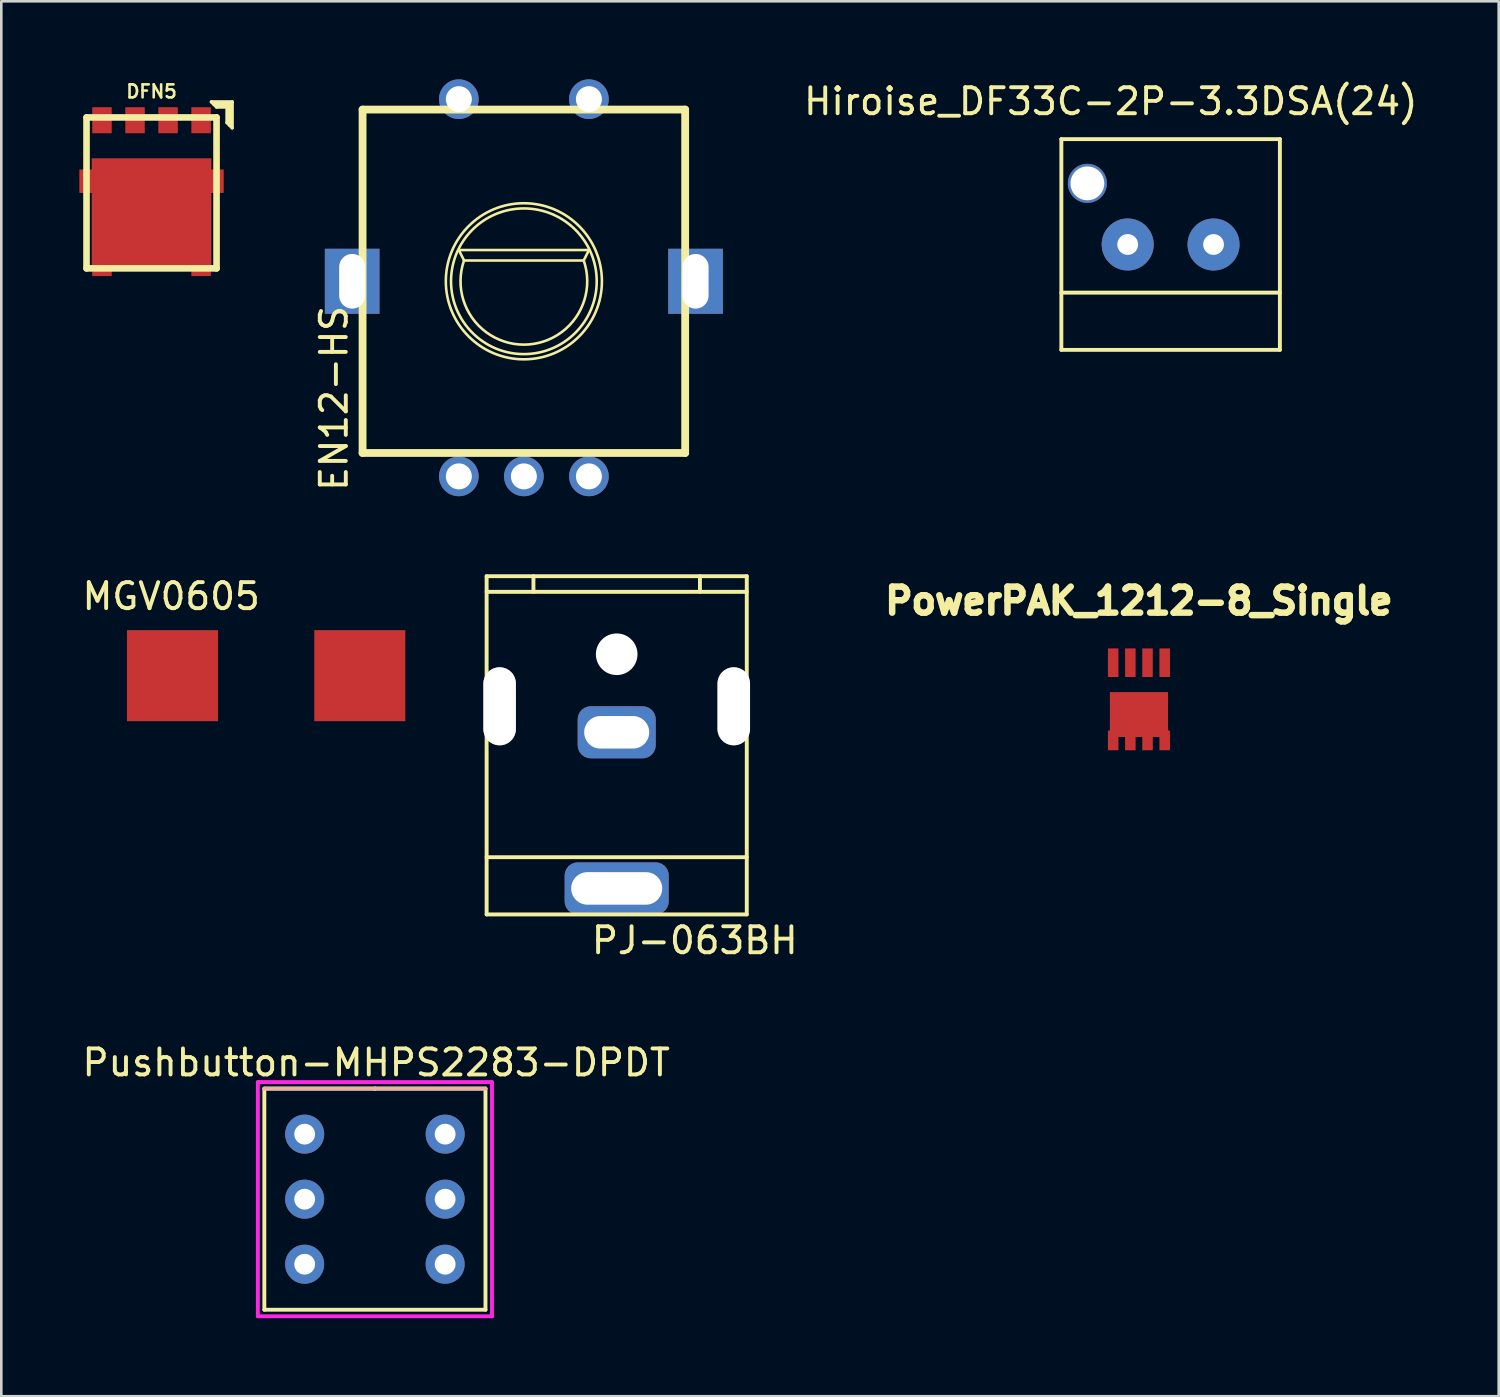
<source format=kicad_pcb>
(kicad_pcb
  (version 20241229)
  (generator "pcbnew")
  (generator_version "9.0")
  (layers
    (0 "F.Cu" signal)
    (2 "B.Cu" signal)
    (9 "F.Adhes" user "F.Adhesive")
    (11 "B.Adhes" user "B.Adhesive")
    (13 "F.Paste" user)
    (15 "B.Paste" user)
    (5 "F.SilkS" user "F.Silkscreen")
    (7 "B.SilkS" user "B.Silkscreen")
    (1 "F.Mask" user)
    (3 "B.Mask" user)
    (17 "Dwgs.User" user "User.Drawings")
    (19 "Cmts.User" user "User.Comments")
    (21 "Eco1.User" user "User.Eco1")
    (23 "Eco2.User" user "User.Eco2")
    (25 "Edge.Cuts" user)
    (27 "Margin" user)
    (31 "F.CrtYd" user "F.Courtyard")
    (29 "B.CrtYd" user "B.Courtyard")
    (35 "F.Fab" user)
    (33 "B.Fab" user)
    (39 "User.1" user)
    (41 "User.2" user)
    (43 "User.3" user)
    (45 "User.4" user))
  (footprint "PowerPAK_1212-8_Single"
    (placed yes)
    (layer "F.Cu")
    (at 40.729 23.859)
    (property "Reference" "PowerPAK_1212-8_Single" (at 0 -3.81 0) (layer "F.SilkS") (effects (font (size 1.001 1.001) (thickness 0.25))))
    (attr through_hole)
    (pad "" smd rect (at 0 0.557 270) (size 1.725 2.235) (layers "F.Cu" "F.Mask" "F.Paste"))
    (pad "1" smd rect (at 0.99 -1.435 270) (size 1.1 0.404) (layers "F.Cu" "F.Mask" "F.Paste"))
    (pad "2" smd rect (at 0.33 -1.435 270) (size 1.1 0.404) (layers "F.Cu" "F.Mask" "F.Paste"))
    (pad "3" smd rect (at -0.33 -1.435 270) (size 1.1 0.404) (layers "F.Cu" "F.Mask" "F.Paste"))
    (pad "4" smd rect (at -0.99 -1.435 270) (size 1.1 0.404) (layers "F.Cu" "F.Mask" "F.Paste"))
    (pad "5" smd rect (at -0.99 1.55 270) (size 0.76 0.405) (layers "F.Cu" "F.Mask" "F.Paste"))
    (pad "6" smd rect (at -0.33 1.55 270) (size 0.76 0.404) (layers "F.Cu" "F.Mask" "F.Paste"))
    (pad "7" smd rect (at 0.33 1.55 270) (size 0.76 0.405) (layers "F.Cu" "F.Mask" "F.Paste"))
    (pad "8" smd rect (at 0.99 1.55 270) (size 0.76 0.405) (layers "F.Cu" "F.Mask" "F.Paste")))
  (footprint "EN12-HS"
    (layer "F.Cu")
    (at 17.087 7.762)
    (property "Reference" "EN12-HS" (at -7.3 4.5 90) (layer "F.SilkS") (effects (font (size 1 1) (thickness 0.15))))
    (attr through_hole)
    (fp_line (start -6.2 -6.6) (end 6.2 -6.6) (stroke (width 0.3) (type solid)) (layer "F.SilkS"))
    (fp_line (start -6.2 6.6) (end -6.2 -6.6) (stroke (width 0.3) (type solid)) (layer "F.SilkS"))
    (fp_line (start -2.5 -1.2) (end 2.5 -1.2) (stroke (width 0.1) (type solid)) (layer "F.SilkS"))
    (fp_line (start -2.3 -0.8) (end -2.5 -1.2) (stroke (width 0.1) (type solid)) (layer "F.SilkS"))
    (fp_line (start 2.3 -0.8) (end -2.3 -0.8) (stroke (width 0.1) (type solid)) (layer "F.SilkS"))
    (fp_line (start 2.5 -1.2) (end 2.3 -0.8) (stroke (width 0.1) (type solid)) (layer "F.SilkS"))
    (fp_line (start 6.2 -6.6) (end 6.2 6.6) (stroke (width 0.3) (type solid)) (layer "F.SilkS"))
    (fp_line (start 6.2 6.6) (end -6.2 6.6) (stroke (width 0.3) (type solid)) (layer "F.SilkS"))
    (fp_arc (start 2.3 -0.799999) (mid 0 2.435159) (end -2.3 -0.8) (stroke (width 0.1) (type solid)) (layer "F.SilkS"))
    (fp_circle (center 0 0) (end 2.8 0) (stroke (width 0.1) (type solid)) (fill no) (layer "F.SilkS"))
    (fp_circle (center 0 0) (end 3 0) (stroke (width 0.1) (type solid)) (fill no) (layer "F.SilkS"))
    (pad "" thru_hole rect (at -6.6 0) (size 2.1 2.5) (drill oval 1 2.1) (layers "*.Cu" "*.Mask"))
    (pad "" thru_hole rect (at 6.6 0) (size 2.1 2.5) (drill oval 1 2.1) (layers "*.Cu" "*.Mask"))
    (pad "1" thru_hole circle (at -2.5 7.5) (size 1.524 1.524) (drill 1) (layers "*.Cu" "*.Mask"))
    (pad "2" thru_hole circle (at 0 7.5) (size 1.524 1.524) (drill 1) (layers "*.Cu" "*.Mask"))
    (pad "3" thru_hole circle (at 2.5 7.5) (size 1.524 1.524) (drill 1) (layers "*.Cu" "*.Mask"))
    (pad "4" thru_hole circle (at -2.5 -7) (size 1.524 1.524) (drill 1) (layers "*.Cu" "*.Mask"))
    (pad "5" thru_hole circle (at 2.5 -7) (size 1.524 1.524) (drill 1) (layers "*.Cu" "*.Mask")))
  (footprint "PJ-063BH"
    (layer "F.Cu")
    (at 20.655 22.099)
    (property "Reference" "PJ-063BH" (at 3 11 0) (layer "F.SilkS") (effects (font (size 1 1) (thickness 0.15))))
    (attr through_hole)
    (fp_line (start -5 -3) (end 5 -3) (stroke (width 0.15) (type solid)) (layer "F.SilkS"))
    (fp_line (start -5 -2.4) (end 5 -2.4) (stroke (width 0.15) (type solid)) (layer "F.SilkS"))
    (fp_line (start -5 7.8) (end 5 7.8) (stroke (width 0.15) (type solid)) (layer "F.SilkS"))
    (fp_line (start -5 10) (end -5 -3) (stroke (width 0.15) (type solid)) (layer "F.SilkS"))
    (fp_line (start -3.2 -3) (end -3.2 -2.4) (stroke (width 0.15) (type solid)) (layer "F.SilkS"))
    (fp_line (start 3.2 -3) (end 3.2 -2.4) (stroke (width 0.15) (type solid)) (layer "F.SilkS"))
    (fp_line (start 5 -3) (end 5 10) (stroke (width 0.15) (type solid)) (layer "F.SilkS"))
    (fp_line (start 5 10) (end -5 10) (stroke (width 0.15) (type solid)) (layer "F.SilkS"))
    (pad "" np_thru_hole roundrect (at -4.5 2 90) (size 3 1.25) (drill oval 3 1.25) (layers "*.Cu" "*.Mask") (roundrect_rratio 0.5))
    (pad "" np_thru_hole circle (at 0 0) (size 1.6 1.6) (drill 1.6) (layers "*.Cu" "*.Mask"))
    (pad "" np_thru_hole roundrect (at 4.5 2 90) (size 3 1.25) (drill oval 3 1.25) (layers "*.Cu" "*.Mask") (roundrect_rratio 0.5))
    (pad "1" thru_hole roundrect (at 0 9) (size 4 2) (drill oval 3.5 1.25) (layers "*.Cu" "*.Mask") (roundrect_rratio 0.25))
    (pad "2" thru_hole roundrect (at 0 3) (size 3 2) (drill oval 2.5 1.25) (layers "*.Cu" "*.Mask") (roundrect_rratio 0.25)))
  (footprint "Pushbutton-MHPS2283-DPDT"
    (layer "F.Cu")
    (at 11.361 43.045)
    (property "Reference" "Pushbutton-MHPS2283-DPDT" (at 0.05 -5.25 0) (layer "F.SilkS") (effects (font (size 1 1) (thickness 0.15))))
    (attr through_hole)
    (fp_line (start -4.25 -4.25) (end 0 -4.25) (stroke (width 0.15) (type solid)) (layer "F.SilkS"))
    (fp_line (start -4.25 4.25) (end -4.25 -4.25) (stroke (width 0.15) (type solid)) (layer "F.SilkS"))
    (fp_line (start 0 -4.25) (end 0 -4.25) (stroke (width 0.15) (type solid)) (layer "F.SilkS"))
    (fp_line (start 0 -4.25) (end 4.25 -4.25) (stroke (width 0.15) (type solid)) (layer "F.SilkS"))
    (fp_line (start 4.25 -4.25) (end 4.25 4.25) (stroke (width 0.15) (type solid)) (layer "F.SilkS"))
    (fp_line (start 4.25 4.25) (end -4.25 4.25) (stroke (width 0.15) (type solid)) (layer "F.SilkS"))
    (fp_line (start -4.25 -4.25) (end 4.25 -4.25) (stroke (width 0.15) (type solid)) (layer "B.SilkS"))
    (fp_line (start -4.5 -4.5) (end -4.5 4.5) (stroke (width 0.15) (type solid)) (layer "F.CrtYd"))
    (fp_line (start -4.5 4.5) (end 4.5 4.5) (stroke (width 0.15) (type solid)) (layer "F.CrtYd"))
    (fp_line (start 4.5 -4.5) (end -4.5 -4.5) (stroke (width 0.15) (type solid)) (layer "F.CrtYd"))
    (fp_line (start 4.5 4.5) (end 4.5 -4.5) (stroke (width 0.15) (type solid)) (layer "F.CrtYd"))
    (fp_line (start 4.5 4.5) (end 4.5 4.5) (stroke (width 0.15) (type solid)) (layer "F.CrtYd"))
    (pad "1" thru_hole circle (at -2.7 -2.5) (size 1.5 1.5) (drill 0.8) (layers "*.Cu" "*.Mask"))
    (pad "2" thru_hole circle (at -2.7 0) (size 1.5 1.5) (drill 0.8) (layers "*.Cu" "*.Mask"))
    (pad "3" thru_hole circle (at -2.7 2.5) (size 1.5 1.5) (drill 0.8) (layers "*.Cu" "*.Mask"))
    (pad "4" thru_hole circle (at 2.7 -2.5) (size 1.5 1.5) (drill 0.8) (layers "*.Cu" "*.Mask"))
    (pad "5" thru_hole circle (at 2.7 0) (size 1.5 1.5) (drill 0.8) (layers "*.Cu" "*.Mask"))
    (pad "6" thru_hole circle (at 2.7 2.5) (size 1.5 1.5) (drill 0.8) (layers "*.Cu" "*.Mask")))
  (footprint "DFN5"
    (layer "F.Cu")
    (at 2.775 4.365)
    (property "Reference" "DFN5" (at 0 -3.899 0) (layer "F.SilkS") (effects (font (size 0.5 0.5) (thickness 0.099))))
    (attr through_hole)
    (fp_line (start -2.499 -2.901) (end 2.499 -2.901) (stroke (width 0.254) (type solid)) (layer "F.SilkS"))
    (fp_line (start -2.499 2.901) (end -2.499 -2.901) (stroke (width 0.254) (type solid)) (layer "F.SilkS"))
    (fp_line (start 2.3 -3.5) (end 3.1 -3.5) (stroke (width 0.127) (type solid)) (layer "F.SilkS"))
    (fp_line (start 2.499 -2.901) (end 2.499 2.901) (stroke (width 0.254) (type solid)) (layer "F.SilkS"))
    (fp_line (start 2.499 2.901) (end -2.499 2.901) (stroke (width 0.254) (type solid)) (layer "F.SilkS"))
    (fp_line (start 2.5 -3.3) (end 2.3 -3.5) (stroke (width 0.127) (type solid)) (layer "F.SilkS"))
    (fp_line (start 2.9 -3.3) (end 2.5 -3.3) (stroke (width 0.127) (type solid)) (layer "F.SilkS"))
    (fp_line (start 2.9 -3.3) (end 2.9 -2.7) (stroke (width 0.127) (type solid)) (layer "F.SilkS"))
    (fp_line (start 2.9 -2.7) (end 3.1 -2.5) (stroke (width 0.127) (type solid)) (layer "F.SilkS"))
    (fp_line (start 3 -3.4) (end 2.4 -3.4) (stroke (width 0.127) (type solid)) (layer "F.SilkS"))
    (fp_line (start 3 -2.6) (end 3 -3.4) (stroke (width 0.127) (type solid)) (layer "F.SilkS"))
    (fp_line (start 3.1 -3.5) (end 3.1 -2.5) (stroke (width 0.127) (type solid)) (layer "F.SilkS"))
    (pad "1" smd rect (at 1.905 -2.794) (size 0.749 1.001) (layers "F.Cu" "F.Mask" "F.Paste"))
    (pad "2" smd rect (at 0.635 -2.794) (size 0.749 1.001) (layers "F.Cu" "F.Mask" "F.Paste"))
    (pad "3" smd rect (at -0.635 -2.794) (size 0.749 1.001) (layers "F.Cu" "F.Mask" "F.Paste"))
    (pad "4" smd rect (at -1.905 -2.794) (size 0.749 1.001) (layers "F.Cu" "F.Mask" "F.Paste"))
    (pad "5" smd rect (at -2.527 -0.45) (size 0.495 0.902) (layers "F.Cu" "F.Mask"))
    (pad "5" smd rect (at -1.905 2.959) (size 0.749 0.475) (layers "F.Cu" "F.Mask"))
    (pad "5" smd rect (at 0 0.8) (size 4.6 4.26) (layers "F.Cu" "F.Mask"))
    (pad "5" smd rect (at 1.905 2.959) (size 0.749 0.475) (layers "F.Cu" "F.Mask"))
    (pad "5" smd rect (at 2.527 -0.45) (size 0.495 0.902) (layers "F.Cu" "F.Mask")))
  (footprint "Hiroise_DF33C-2P-3.3DSA(24)"
    (layer "F.Cu")
    (at 41.947 6.348)
    (property "Reference" "Hiroise_DF33C-2P-3.3DSA(24)" (at -2.3 -5.5 0) (layer "F.SilkS") (effects (font (size 1 1) (thickness 0.15))))
    (attr through_hole)
    (fp_line (start -4.2 -4.05) (end 4.2 -4.05) (stroke (width 0.15) (type solid)) (layer "F.SilkS"))
    (fp_line (start -4.2 1.85) (end 4.2 1.85) (stroke (width 0.15) (type solid)) (layer "F.SilkS"))
    (fp_line (start -4.2 4.05) (end -4.2 -4.05) (stroke (width 0.15) (type solid)) (layer "F.SilkS"))
    (fp_line (start 4.2 -4.05) (end 4.2 4.05) (stroke (width 0.15) (type solid)) (layer "F.SilkS"))
    (fp_line (start 4.2 4.05) (end -4.2 4.05) (stroke (width 0.15) (type solid)) (layer "F.SilkS"))
    (pad "" thru_hole circle (at -3.2 -2.35) (size 1.5 1.5) (drill 1.3) (layers "*.Cu" "*.Mask"))
    (pad "1" thru_hole circle (at -1.65 0) (size 2 2) (drill 0.8) (layers "*.Cu" "*.Mask"))
    (pad "2" thru_hole circle (at 1.65 0) (size 2 2) (drill 0.8) (layers "*.Cu" "*.Mask")))
  (footprint "MGV0605"
    (layer "F.Cu")
    (at 7.18 22.922)
    (property "Reference" "MGV0605" (at -3.65 -3.05 0) (layer "F.SilkS") (effects (font (size 1 1) (thickness 0.15))))
    (attr through_hole)
    (pad "1" smd rect (at -3.6 0) (size 3.5 3.5) (layers "F.Cu" "F.Mask" "F.Paste"))
    (pad "2" smd rect (at 3.6 0) (size 3.5 3.5) (layers "F.Cu" "F.Mask" "F.Paste")))
  (gr_rect
    (start -3 -3)
    (end 54.558 50.62)
    (stroke (width 0.1) (type default))
    (fill no)
    (layer "Edge.Cuts")))
</source>
